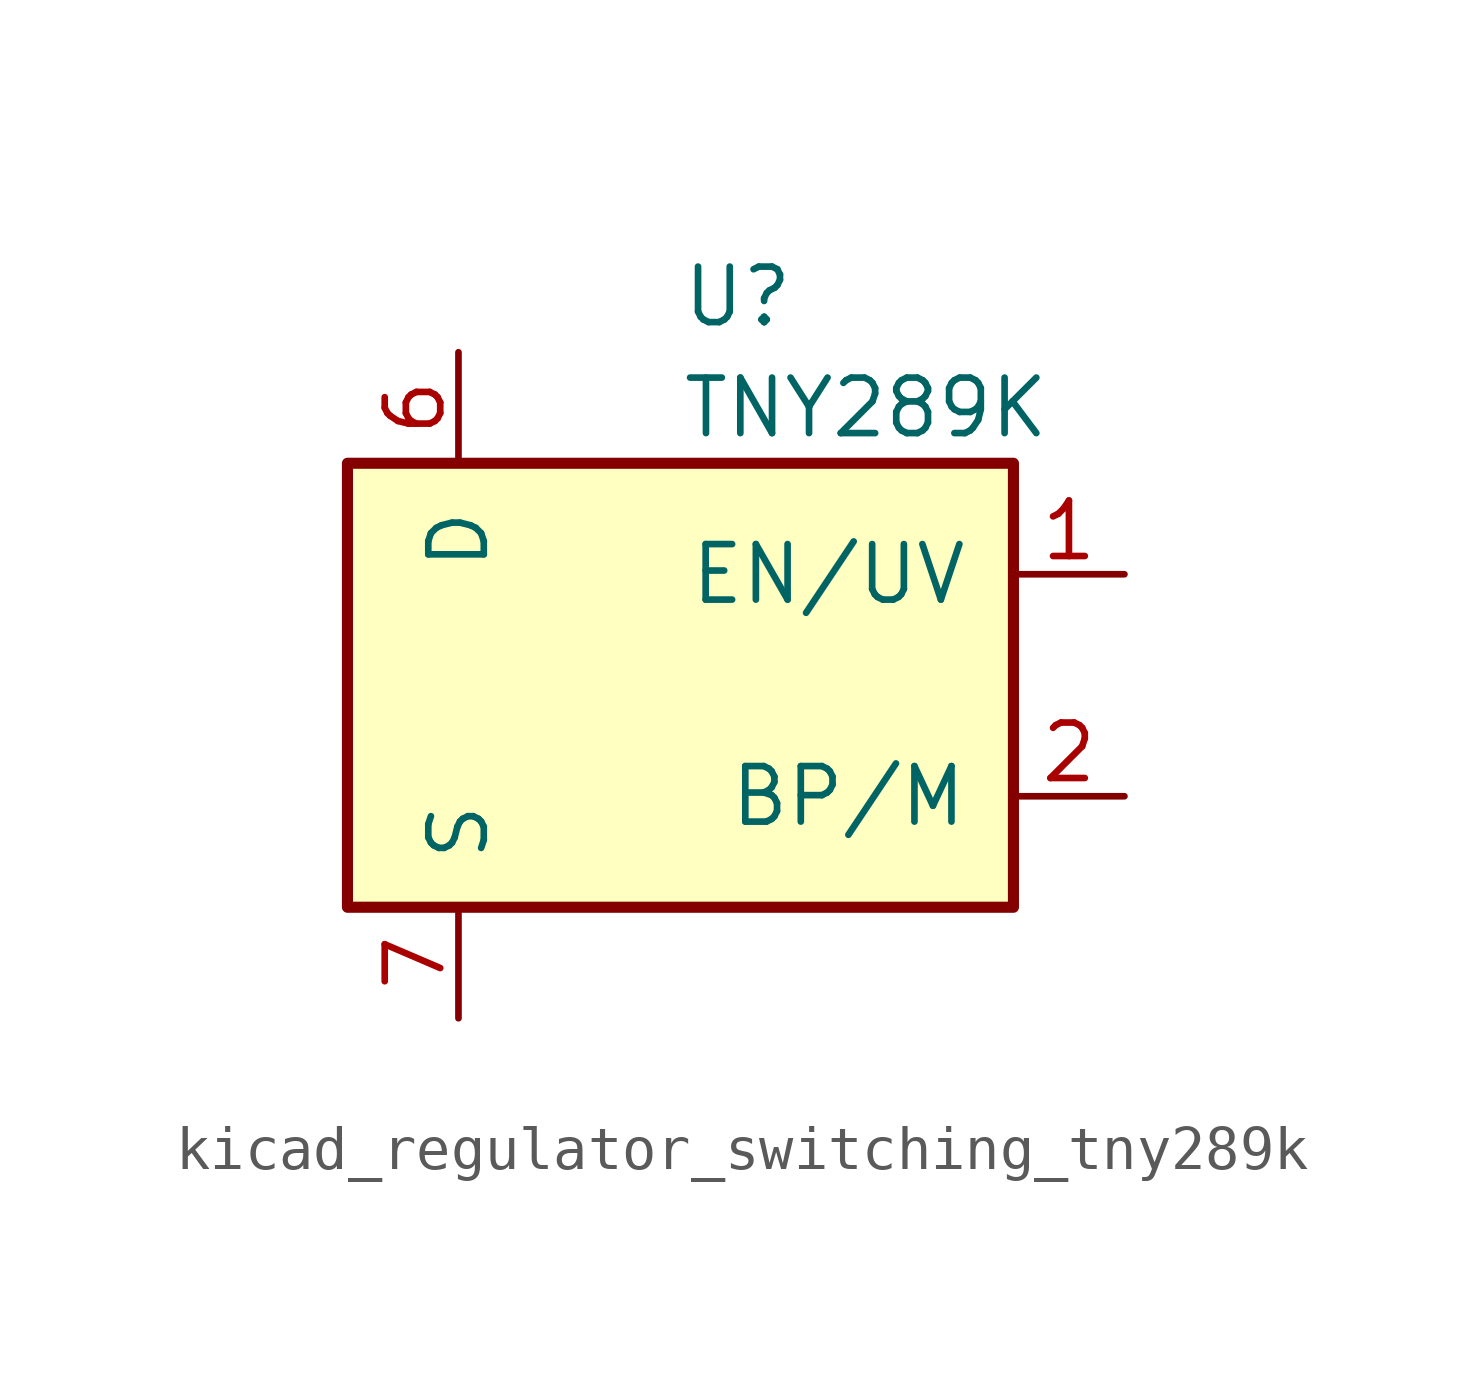
<source format=kicad_sym>
(kicad_symbol_lib
  (version 20220914)
  (generator kicad_symbol_editor)
  (symbol "kicad_regulator_switching_tny289k"
    (pin_names
      (offset 1.016))
    (property "Reference" "U"
      (at 0 8.89 0)
      (effects (font (size 1.27 1.27)) (justify left)))
    (property "Value" "TNY289K"
      (at 0 6.35 0)
      (effects (font (size 1.27 1.27)) (justify left)))
    (symbol "kicad_regulator_switching_tny289k_0_1"
      (rectangle (start -7.62 5.08) (end 7.62 -5.08) (stroke (width 0.254) (type default)) (fill (type background))))
    (symbol "kicad_regulator_switching_tny289k_1_1"
      (pin input line (at 10.16 2.54 180) (length 2.54) (name "EN/UV" (effects (font (size 1.27 1.27)))) (number "1" (effects (font (size 1.27 1.27)))))
      (pin passive line (at -5.08 -7.62 90) (length 2.54) hide (name "S" (effects (font (size 1.27 1.27)))) (number "10" (effects (font (size 1.27 1.27)))))
      (pin passive line (at -5.08 -7.62 90) (length 2.54) hide (name "S" (effects (font (size 1.27 1.27)))) (number "11" (effects (font (size 1.27 1.27)))))
      (pin passive line (at -5.08 -7.62 90) (length 2.54) hide (name "S" (effects (font (size 1.27 1.27)))) (number "12" (effects (font (size 1.27 1.27)))))
      (pin passive line (at -5.08 -7.62 90) (length 2.54) hide (name "S" (effects (font (size 1.27 1.27)))) (number "13" (effects (font (size 1.27 1.27)))))
      (pin input line (at 10.16 -2.54 180) (length 2.54) (name "BP/M" (effects (font (size 1.27 1.27)))) (number "2" (effects (font (size 1.27 1.27)))))
      (pin no_connect line (at -2.54 5.08 270) (length 2.54) hide (name "NC" (effects (font (size 1.27 1.27)))) (number "3" (effects (font (size 1.27 1.27)))))
      (pin no_connect line (at 0 5.08 270) (length 2.54) hide (name "NC" (effects (font (size 1.27 1.27)))) (number "4" (effects (font (size 1.27 1.27)))))
      (pin open_collector line (at -5.08 7.62 270) (length 2.54) (name "D" (effects (font (size 1.27 1.27)))) (number "6" (effects (font (size 1.27 1.27)))))
      (pin power_in line (at -5.08 -7.62 90) (length 2.54) (name "S" (effects (font (size 1.27 1.27)))) (number "7" (effects (font (size 1.27 1.27)))))
      (pin passive line (at -5.08 -7.62 90) (length 2.54) hide (name "S" (effects (font (size 1.27 1.27)))) (number "8" (effects (font (size 1.27 1.27)))))
      (pin passive line (at -5.08 -7.62 90) (length 2.54) hide (name "S" (effects (font (size 1.27 1.27)))) (number "9" (effects (font (size 1.27 1.27))))))))
</source>
